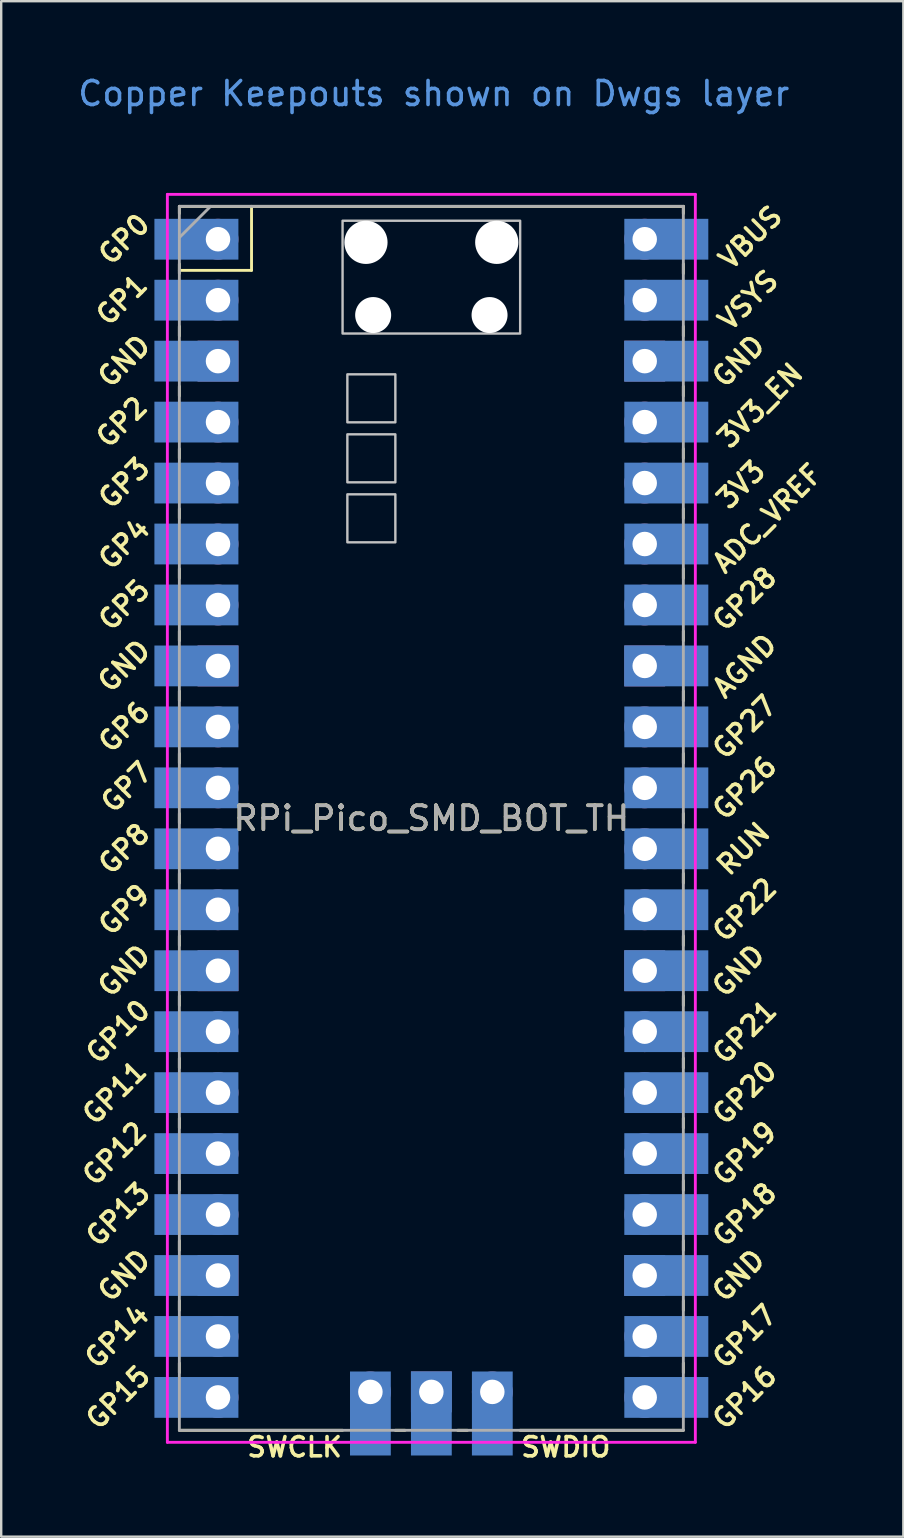
<source format=kicad_pcb>
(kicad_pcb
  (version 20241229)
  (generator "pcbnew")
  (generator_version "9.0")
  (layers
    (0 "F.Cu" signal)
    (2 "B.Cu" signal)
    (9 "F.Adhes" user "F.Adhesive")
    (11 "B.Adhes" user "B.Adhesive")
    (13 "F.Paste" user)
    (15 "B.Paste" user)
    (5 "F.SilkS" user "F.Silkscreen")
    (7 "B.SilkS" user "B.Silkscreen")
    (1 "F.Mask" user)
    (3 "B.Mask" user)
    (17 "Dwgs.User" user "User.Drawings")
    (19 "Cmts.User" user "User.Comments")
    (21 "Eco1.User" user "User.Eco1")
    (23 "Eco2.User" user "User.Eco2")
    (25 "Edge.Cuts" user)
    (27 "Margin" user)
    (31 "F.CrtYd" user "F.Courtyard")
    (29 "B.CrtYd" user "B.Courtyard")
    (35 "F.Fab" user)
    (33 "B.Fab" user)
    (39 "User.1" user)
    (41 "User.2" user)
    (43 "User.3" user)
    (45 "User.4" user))
  (footprint "RPi_Pico_SMD_BOT_TH"
    (layer "F.Cu")
    (at 14.924 31.048)
    (property "Reference" "RPi_Pico_SMD_BOT_TH" (at 0 0 0) (layer "F.SilkS") (effects (font (size 1 1) (thickness 0.15))))
    (attr through_hole)
    (fp_line (start -10.5 -25.5) (end -10.5 -25.2) (stroke (width 0.12) (type solid)) (layer "F.SilkS"))
    (fp_line (start -10.5 -25.5) (end 10.5 -25.5) (stroke (width 0.12) (type solid)) (layer "F.SilkS"))
    (fp_line (start -10.5 -23.1) (end -10.5 -22.7) (stroke (width 0.12) (type solid)) (layer "F.SilkS"))
    (fp_line (start -10.5 -22.833) (end -7.493 -22.833) (stroke (width 0.12) (type solid)) (layer "F.SilkS"))
    (fp_line (start -10.5 -20.5) (end -10.5 -20.1) (stroke (width 0.12) (type solid)) (layer "F.SilkS"))
    (fp_line (start -10.5 -18) (end -10.5 -17.6) (stroke (width 0.12) (type solid)) (layer "F.SilkS"))
    (fp_line (start -10.5 -15.4) (end -10.5 -15) (stroke (width 0.12) (type solid)) (layer "F.SilkS"))
    (fp_line (start -10.5 -12.9) (end -10.5 -12.5) (stroke (width 0.12) (type solid)) (layer "F.SilkS"))
    (fp_line (start -10.5 -10.4) (end -10.5 -10) (stroke (width 0.12) (type solid)) (layer "F.SilkS"))
    (fp_line (start -10.5 -7.8) (end -10.5 -7.4) (stroke (width 0.12) (type solid)) (layer "F.SilkS"))
    (fp_line (start -10.5 -5.3) (end -10.5 -4.9) (stroke (width 0.12) (type solid)) (layer "F.SilkS"))
    (fp_line (start -10.5 -2.7) (end -10.5 -2.3) (stroke (width 0.12) (type solid)) (layer "F.SilkS"))
    (fp_line (start -10.5 -0.2) (end -10.5 0.2) (stroke (width 0.12) (type solid)) (layer "F.SilkS"))
    (fp_line (start -10.5 2.3) (end -10.5 2.7) (stroke (width 0.12) (type solid)) (layer "F.SilkS"))
    (fp_line (start -10.5 4.9) (end -10.5 5.3) (stroke (width 0.12) (type solid)) (layer "F.SilkS"))
    (fp_line (start -10.5 7.4) (end -10.5 7.8) (stroke (width 0.12) (type solid)) (layer "F.SilkS"))
    (fp_line (start -10.5 10) (end -10.5 10.4) (stroke (width 0.12) (type solid)) (layer "F.SilkS"))
    (fp_line (start -10.5 12.5) (end -10.5 12.9) (stroke (width 0.12) (type solid)) (layer "F.SilkS"))
    (fp_line (start -10.5 15.1) (end -10.5 15.5) (stroke (width 0.12) (type solid)) (layer "F.SilkS"))
    (fp_line (start -10.5 17.6) (end -10.5 18) (stroke (width 0.12) (type solid)) (layer "F.SilkS"))
    (fp_line (start -10.5 20.1) (end -10.5 20.5) (stroke (width 0.12) (type solid)) (layer "F.SilkS"))
    (fp_line (start -10.5 22.7) (end -10.5 23.1) (stroke (width 0.12) (type solid)) (layer "F.SilkS"))
    (fp_line (start -7.493 -22.833) (end -7.493 -25.5) (stroke (width 0.12) (type solid)) (layer "F.SilkS"))
    (fp_line (start -3.7 25.5) (end -10.5 25.5) (stroke (width 0.12) (type solid)) (layer "F.SilkS"))
    (fp_line (start -1.5 25.5) (end -1.1 25.5) (stroke (width 0.12) (type solid)) (layer "F.SilkS"))
    (fp_line (start 1.1 25.5) (end 1.5 25.5) (stroke (width 0.12) (type solid)) (layer "F.SilkS"))
    (fp_line (start 10.5 -25.5) (end 10.5 -25.2) (stroke (width 0.12) (type solid)) (layer "F.SilkS"))
    (fp_line (start 10.5 -23.1) (end 10.5 -22.7) (stroke (width 0.12) (type solid)) (layer "F.SilkS"))
    (fp_line (start 10.5 -20.5) (end 10.5 -20.1) (stroke (width 0.12) (type solid)) (layer "F.SilkS"))
    (fp_line (start 10.5 -18) (end 10.5 -17.6) (stroke (width 0.12) (type solid)) (layer "F.SilkS"))
    (fp_line (start 10.5 -15.4) (end 10.5 -15) (stroke (width 0.12) (type solid)) (layer "F.SilkS"))
    (fp_line (start 10.5 -12.9) (end 10.5 -12.5) (stroke (width 0.12) (type solid)) (layer "F.SilkS"))
    (fp_line (start 10.5 -10.4) (end 10.5 -10) (stroke (width 0.12) (type solid)) (layer "F.SilkS"))
    (fp_line (start 10.5 -7.8) (end 10.5 -7.4) (stroke (width 0.12) (type solid)) (layer "F.SilkS"))
    (fp_line (start 10.5 -5.3) (end 10.5 -4.9) (stroke (width 0.12) (type solid)) (layer "F.SilkS"))
    (fp_line (start 10.5 -2.7) (end 10.5 -2.3) (stroke (width 0.12) (type solid)) (layer "F.SilkS"))
    (fp_line (start 10.5 -0.2) (end 10.5 0.2) (stroke (width 0.12) (type solid)) (layer "F.SilkS"))
    (fp_line (start 10.5 2.3) (end 10.5 2.7) (stroke (width 0.12) (type solid)) (layer "F.SilkS"))
    (fp_line (start 10.5 4.9) (end 10.5 5.3) (stroke (width 0.12) (type solid)) (layer "F.SilkS"))
    (fp_line (start 10.5 7.4) (end 10.5 7.8) (stroke (width 0.12) (type solid)) (layer "F.SilkS"))
    (fp_line (start 10.5 10) (end 10.5 10.4) (stroke (width 0.12) (type solid)) (layer "F.SilkS"))
    (fp_line (start 10.5 12.5) (end 10.5 12.9) (stroke (width 0.12) (type solid)) (layer "F.SilkS"))
    (fp_line (start 10.5 15.1) (end 10.5 15.5) (stroke (width 0.12) (type solid)) (layer "F.SilkS"))
    (fp_line (start 10.5 17.6) (end 10.5 18) (stroke (width 0.12) (type solid)) (layer "F.SilkS"))
    (fp_line (start 10.5 20.1) (end 10.5 20.5) (stroke (width 0.12) (type solid)) (layer "F.SilkS"))
    (fp_line (start 10.5 22.7) (end 10.5 23.1) (stroke (width 0.12) (type solid)) (layer "F.SilkS"))
    (fp_line (start 10.5 25.5) (end 3.7 25.5) (stroke (width 0.12) (type solid)) (layer "F.SilkS"))
    (fp_poly (pts (xy -1.5 -16.5) (xy -3.5 -16.5) (xy -3.5 -18.5) (xy -1.5 -18.5)) (stroke (width 0.1) (type solid)) (fill no) (layer "Dwgs.User"))
    (fp_poly (pts (xy -1.5 -14) (xy -3.5 -14) (xy -3.5 -16) (xy -1.5 -16)) (stroke (width 0.1) (type solid)) (fill no) (layer "Dwgs.User"))
    (fp_poly (pts (xy -1.5 -11.5) (xy -3.5 -11.5) (xy -3.5 -13.5) (xy -1.5 -13.5)) (stroke (width 0.1) (type solid)) (fill no) (layer "Dwgs.User"))
    (fp_poly (pts (xy 3.7 -20.2) (xy -3.7 -20.2) (xy -3.7 -24.9) (xy 3.7 -24.9)) (stroke (width 0.1) (type solid)) (fill no) (layer "Dwgs.User"))
    (fp_line (start -11 -26) (end 11 -26) (stroke (width 0.12) (type solid)) (layer "F.CrtYd"))
    (fp_line (start -11 26) (end -11 -26) (stroke (width 0.12) (type solid)) (layer "F.CrtYd"))
    (fp_line (start 11 -26) (end 11 26) (stroke (width 0.12) (type solid)) (layer "F.CrtYd"))
    (fp_line (start 11 26) (end -11 26) (stroke (width 0.12) (type solid)) (layer "F.CrtYd"))
    (fp_line (start -10.5 -25.5) (end 10.5 -25.5) (stroke (width 0.12) (type solid)) (layer "F.Fab"))
    (fp_line (start -10.5 -24.2) (end -9.2 -25.5) (stroke (width 0.12) (type solid)) (layer "F.Fab"))
    (fp_line (start -10.5 25.5) (end -10.5 -25.5) (stroke (width 0.12) (type solid)) (layer "F.Fab"))
    (fp_line (start 10.5 -25.5) (end 10.5 25.5) (stroke (width 0.12) (type solid)) (layer "F.Fab"))
    (fp_line (start 10.5 25.5) (end -10.5 25.5) (stroke (width 0.12) (type solid)) (layer "F.Fab"))
    (fp_text user "GP15" (at -13.054 24.13 45) (layer "F.SilkS") (effects (font (size 0.8 0.8) (thickness 0.15))))
    (fp_text user "GP4" (at -12.8 -11.43 45) (layer "F.SilkS") (effects (font (size 0.8 0.8) (thickness 0.15))))
    (fp_text user "GND" (at 12.8 6.35 45) (layer "F.SilkS") (effects (font (size 0.8 0.8) (thickness 0.15))))
    (fp_text user "ADC_VREF" (at 14 -12.5 45) (layer "F.SilkS") (effects (font (size 0.8 0.8) (thickness 0.15))))
    (fp_text user "GP12" (at -13.2 13.97 45) (layer "F.SilkS") (effects (font (size 0.8 0.8) (thickness 0.15))))
    (fp_text user "GP14" (at -13.1 21.59 45) (layer "F.SilkS") (effects (font (size 0.8 0.8) (thickness 0.15))))
    (fp_text user "GND" (at 12.8 19.05 45) (layer "F.SilkS") (effects (font (size 0.8 0.8) (thickness 0.15))))
    (fp_text user "GP18" (at 13.054 16.51 45) (layer "F.SilkS") (effects (font (size 0.8 0.8) (thickness 0.15))))
    (fp_text user "GP7" (at -12.7 -1.3 45) (layer "F.SilkS") (effects (font (size 0.8 0.8) (thickness 0.15))))
    (fp_text user "GP16" (at 13.054 24.13 45) (layer "F.SilkS") (effects (font (size 0.8 0.8) (thickness 0.15))))
    (fp_text user "AGND" (at 13.054 -6.35 45) (layer "F.SilkS") (effects (font (size 0.8 0.8) (thickness 0.15))))
    (fp_text user "SWDIO" (at 5.6 26.2 0) (layer "F.SilkS") (effects (font (size 0.8 0.8) (thickness 0.15))))
    (fp_text user "GND" (at -12.8 -6.35 45) (layer "F.SilkS") (effects (font (size 0.8 0.8) (thickness 0.15))))
    (fp_text user "GND" (at -12.8 19.05 45) (layer "F.SilkS") (effects (font (size 0.8 0.8) (thickness 0.15))))
    (fp_text user "RUN" (at 13 1.27 45) (layer "F.SilkS") (effects (font (size 0.8 0.8) (thickness 0.15))))
    (fp_text user "GP6" (at -12.8 -3.81 45) (layer "F.SilkS") (effects (font (size 0.8 0.8) (thickness 0.15))))
    (fp_text user "GP27" (at 13.054 -3.8 45) (layer "F.SilkS") (effects (font (size 0.8 0.8) (thickness 0.15))))
    (fp_text user "GP9" (at -12.8 3.81 45) (layer "F.SilkS") (effects (font (size 0.8 0.8) (thickness 0.15))))
    (fp_text user "GP11" (at -13.2 11.43 45) (layer "F.SilkS") (effects (font (size 0.8 0.8) (thickness 0.15))))
    (fp_text user "GP22" (at 13.054 3.81 45) (layer "F.SilkS") (effects (font (size 0.8 0.8) (thickness 0.15))))
    (fp_text user "GP0" (at -12.8 -24.13 45) (layer "F.SilkS") (effects (font (size 0.8 0.8) (thickness 0.15))))
    (fp_text user "GND" (at -12.8 -19.05 45) (layer "F.SilkS") (effects (font (size 0.8 0.8) (thickness 0.15))))
    (fp_text user "GP8" (at -12.8 1.27 45) (layer "F.SilkS") (effects (font (size 0.8 0.8) (thickness 0.15))))
    (fp_text user "GP26" (at 13.054 -1.27 45) (layer "F.SilkS") (effects (font (size 0.8 0.8) (thickness 0.15))))
    (fp_text user "SWCLK" (at -5.7 26.2 0) (layer "F.SilkS") (effects (font (size 0.8 0.8) (thickness 0.15))))
    (fp_text user "GP21" (at 13.054 8.9 45) (layer "F.SilkS") (effects (font (size 0.8 0.8) (thickness 0.15))))
    (fp_text user "GP20" (at 13.054 11.43 45) (layer "F.SilkS") (effects (font (size 0.8 0.8) (thickness 0.15))))
    (fp_text user "VSYS" (at 13.2 -21.59 45) (layer "F.SilkS") (effects (font (size 0.8 0.8) (thickness 0.15))))
    (fp_text user "3V3_EN" (at 13.7 -17.2 45) (layer "F.SilkS") (effects (font (size 0.8 0.8) (thickness 0.15))))
    (fp_text user "GP5" (at -12.8 -8.89 45) (layer "F.SilkS") (effects (font (size 0.8 0.8) (thickness 0.15))))
    (fp_text user "GP3" (at -12.8 -13.97 45) (layer "F.SilkS") (effects (font (size 0.8 0.8) (thickness 0.15))))
    (fp_text user "GND" (at -12.8 6.35 45) (layer "F.SilkS") (effects (font (size 0.8 0.8) (thickness 0.15))))
    (fp_text user "GP2" (at -12.9 -16.51 45) (layer "F.SilkS") (effects (font (size 0.8 0.8) (thickness 0.15))))
    (fp_text user "GND" (at 12.8 -19.05 45) (layer "F.SilkS") (effects (font (size 0.8 0.8) (thickness 0.15))))
    (fp_text user "GP1" (at -12.9 -21.6 45) (layer "F.SilkS") (effects (font (size 0.8 0.8) (thickness 0.15))))
    (fp_text user "GP13" (at -13.054 16.51 45) (layer "F.SilkS") (effects (font (size 0.8 0.8) (thickness 0.15))))
    (fp_text user "GP10" (at -13.054 8.89 45) (layer "F.SilkS") (effects (font (size 0.8 0.8) (thickness 0.15))))
    (fp_text user "3V3" (at 12.9 -13.9 45) (layer "F.SilkS") (effects (font (size 0.8 0.8) (thickness 0.15))))
    (fp_text user "VBUS" (at 13.3 -24.2 45) (layer "F.SilkS") (effects (font (size 0.8 0.8) (thickness 0.15))))
    (fp_text user "GP28" (at 13.054 -9.144 45) (layer "F.SilkS") (effects (font (size 0.8 0.8) (thickness 0.15))))
    (fp_text user "GP17" (at 13.054 21.59 45) (layer "F.SilkS") (effects (font (size 0.8 0.8) (thickness 0.15))))
    (fp_text user "GP19" (at 13.054 13.97 45) (layer "F.SilkS") (effects (font (size 0.8 0.8) (thickness 0.15))))
    (fp_text user "Copper Keepouts shown on Dwgs layer" (at 0.1 -30.2 0) (layer "Cmts.User") (effects (font (size 1 1) (thickness 0.15))))
    (fp_text user "${REFERENCE}" (at 0 0 180) (layer "F.Fab") (effects (font (size 1 1) (thickness 0.15))))
    (pad "" np_thru_hole oval (at -2.725 -24) (size 1.8 1.8) (drill 1.8) (layers "*.Cu" "*.Mask"))
    (pad "" np_thru_hole oval (at -2.425 -20.97) (size 1.5 1.5) (drill 1.5) (layers "*.Cu" "*.Mask"))
    (pad "" np_thru_hole oval (at 2.425 -20.97) (size 1.5 1.5) (drill 1.5) (layers "*.Cu" "*.Mask"))
    (pad "" np_thru_hole oval (at 2.725 -24) (size 1.8 1.8) (drill 1.8) (layers "*.Cu" "*.Mask"))
    (pad "1" thru_hole oval (at -8.89 -24.13) (size 1.7 1.7) (drill 1.02) (layers "*.Cu" "*.Mask"))
    (pad "1" smd rect (at -8.89 -24.13) (size 3.5 1.7) (drill (offset -0.9 0)) (layers "B.Cu" "B.Mask"))
    (pad "2" thru_hole oval (at -8.89 -21.59) (size 1.7 1.7) (drill 1.02) (layers "*.Cu" "*.Mask"))
    (pad "2" smd rect (at -8.89 -21.59) (size 3.5 1.7) (drill (offset -0.9 0)) (layers "B.Cu" "B.Mask"))
    (pad "3" thru_hole rect (at -8.89 -19.05) (size 1.7 1.7) (drill 1.02) (layers "*.Cu" "*.Mask"))
    (pad "3" smd rect (at -8.89 -19.05) (size 3.5 1.7) (drill (offset -0.9 0)) (layers "B.Cu" "B.Mask"))
    (pad "4" thru_hole oval (at -8.89 -16.51) (size 1.7 1.7) (drill 1.02) (layers "*.Cu" "*.Mask"))
    (pad "4" smd rect (at -8.89 -16.51) (size 3.5 1.7) (drill (offset -0.9 0)) (layers "B.Cu" "B.Mask"))
    (pad "5" thru_hole oval (at -8.89 -13.97) (size 1.7 1.7) (drill 1.02) (layers "*.Cu" "*.Mask"))
    (pad "5" smd rect (at -8.89 -13.97) (size 3.5 1.7) (drill (offset -0.9 0)) (layers "B.Cu" "B.Mask"))
    (pad "6" thru_hole oval (at -8.89 -11.43) (size 1.7 1.7) (drill 1.02) (layers "*.Cu" "*.Mask"))
    (pad "6" smd rect (at -8.89 -11.43) (size 3.5 1.7) (drill (offset -0.9 0)) (layers "B.Cu" "B.Mask"))
    (pad "7" thru_hole oval (at -8.89 -8.89) (size 1.7 1.7) (drill 1.02) (layers "*.Cu" "*.Mask"))
    (pad "7" smd rect (at -8.89 -8.89) (size 3.5 1.7) (drill (offset -0.9 0)) (layers "B.Cu" "B.Mask"))
    (pad "8" thru_hole rect (at -8.89 -6.35) (size 1.7 1.7) (drill 1.02) (layers "*.Cu" "*.Mask"))
    (pad "8" smd rect (at -8.89 -6.35) (size 3.5 1.7) (drill (offset -0.9 0)) (layers "B.Cu" "B.Mask"))
    (pad "9" thru_hole oval (at -8.89 -3.81) (size 1.7 1.7) (drill 1.02) (layers "*.Cu" "*.Mask"))
    (pad "9" smd rect (at -8.89 -3.81) (size 3.5 1.7) (drill (offset -0.9 0)) (layers "B.Cu" "B.Mask"))
    (pad "10" thru_hole oval (at -8.89 -1.27) (size 1.7 1.7) (drill 1.02) (layers "*.Cu" "*.Mask"))
    (pad "10" smd rect (at -8.89 -1.27) (size 3.5 1.7) (drill (offset -0.9 0)) (layers "B.Cu" "B.Mask"))
    (pad "11" thru_hole oval (at -8.89 1.27) (size 1.7 1.7) (drill 1.02) (layers "*.Cu" "*.Mask"))
    (pad "11" smd rect (at -8.89 1.27) (size 3.5 1.7) (drill (offset -0.9 0)) (layers "B.Cu" "B.Mask"))
    (pad "12" thru_hole oval (at -8.89 3.81) (size 1.7 1.7) (drill 1.02) (layers "*.Cu" "*.Mask"))
    (pad "12" smd rect (at -8.89 3.81) (size 3.5 1.7) (drill (offset -0.9 0)) (layers "B.Cu" "B.Mask"))
    (pad "13" thru_hole rect (at -8.89 6.35) (size 1.7 1.7) (drill 1.02) (layers "*.Cu" "*.Mask"))
    (pad "13" smd rect (at -8.89 6.35) (size 3.5 1.7) (drill (offset -0.9 0)) (layers "B.Cu" "B.Mask"))
    (pad "14" thru_hole oval (at -8.89 8.89) (size 1.7 1.7) (drill 1.02) (layers "*.Cu" "*.Mask"))
    (pad "14" smd rect (at -8.89 8.89) (size 3.5 1.7) (drill (offset -0.9 0)) (layers "B.Cu" "B.Mask"))
    (pad "15" thru_hole oval (at -8.89 11.43) (size 1.7 1.7) (drill 1.02) (layers "*.Cu" "*.Mask"))
    (pad "15" smd rect (at -8.89 11.43) (size 3.5 1.7) (drill (offset -0.9 0)) (layers "B.Cu" "B.Mask"))
    (pad "16" thru_hole oval (at -8.89 13.97) (size 1.7 1.7) (drill 1.02) (layers "*.Cu" "*.Mask"))
    (pad "16" smd rect (at -8.89 13.97) (size 3.5 1.7) (drill (offset -0.9 0)) (layers "B.Cu" "B.Mask"))
    (pad "17" thru_hole oval (at -8.89 16.51) (size 1.7 1.7) (drill 1.02) (layers "*.Cu" "*.Mask"))
    (pad "17" smd rect (at -8.89 16.51) (size 3.5 1.7) (drill (offset -0.9 0)) (layers "B.Cu" "B.Mask"))
    (pad "18" thru_hole rect (at -8.89 19.05) (size 1.7 1.7) (drill 1.02) (layers "*.Cu" "*.Mask"))
    (pad "18" smd rect (at -8.89 19.05) (size 3.5 1.7) (drill (offset -0.9 0)) (layers "B.Cu" "B.Mask"))
    (pad "19" thru_hole oval (at -8.89 21.59) (size 1.7 1.7) (drill 1.02) (layers "*.Cu" "*.Mask"))
    (pad "19" smd rect (at -8.89 21.59) (size 3.5 1.7) (drill (offset -0.9 0)) (layers "B.Cu" "B.Mask"))
    (pad "20" thru_hole oval (at -8.89 24.13) (size 1.7 1.7) (drill 1.02) (layers "*.Cu" "*.Mask"))
    (pad "20" smd rect (at -8.89 24.13) (size 3.5 1.7) (drill (offset -0.9 0)) (layers "B.Cu" "B.Mask"))
    (pad "21" thru_hole oval (at 8.89 24.13) (size 1.7 1.7) (drill 1.02) (layers "*.Cu" "*.Mask"))
    (pad "21" smd rect (at 8.89 24.13) (size 3.5 1.7) (drill (offset 0.9 0)) (layers "B.Cu" "B.Mask"))
    (pad "22" thru_hole oval (at 8.89 21.59) (size 1.7 1.7) (drill 1.02) (layers "*.Cu" "*.Mask"))
    (pad "22" smd rect (at 8.89 21.59) (size 3.5 1.7) (drill (offset 0.9 0)) (layers "B.Cu" "B.Mask"))
    (pad "23" thru_hole rect (at 8.89 19.05) (size 1.7 1.7) (drill 1.02) (layers "*.Cu" "*.Mask"))
    (pad "23" smd rect (at 8.89 19.05) (size 3.5 1.7) (drill (offset 0.9 0)) (layers "B.Cu" "B.Mask"))
    (pad "24" thru_hole oval (at 8.89 16.51) (size 1.7 1.7) (drill 1.02) (layers "*.Cu" "*.Mask"))
    (pad "24" smd rect (at 8.89 16.51) (size 3.5 1.7) (drill (offset 0.9 0)) (layers "B.Cu" "B.Mask"))
    (pad "25" thru_hole oval (at 8.89 13.97) (size 1.7 1.7) (drill 1.02) (layers "*.Cu" "*.Mask"))
    (pad "25" smd rect (at 8.89 13.97) (size 3.5 1.7) (drill (offset 0.9 0)) (layers "B.Cu" "B.Mask"))
    (pad "26" thru_hole oval (at 8.89 11.43) (size 1.7 1.7) (drill 1.02) (layers "*.Cu" "*.Mask"))
    (pad "26" smd rect (at 8.89 11.43) (size 3.5 1.7) (drill (offset 0.9 0)) (layers "B.Cu" "B.Mask"))
    (pad "27" thru_hole oval (at 8.89 8.89) (size 1.7 1.7) (drill 1.02) (layers "*.Cu" "*.Mask"))
    (pad "27" smd rect (at 8.89 8.89) (size 3.5 1.7) (drill (offset 0.9 0)) (layers "B.Cu" "B.Mask"))
    (pad "28" thru_hole rect (at 8.89 6.35) (size 1.7 1.7) (drill 1.02) (layers "*.Cu" "*.Mask"))
    (pad "28" smd rect (at 8.89 6.35) (size 3.5 1.7) (drill (offset 0.9 0)) (layers "B.Cu" "B.Mask"))
    (pad "29" thru_hole oval (at 8.89 3.81) (size 1.7 1.7) (drill 1.02) (layers "*.Cu" "*.Mask"))
    (pad "29" smd rect (at 8.89 3.81) (size 3.5 1.7) (drill (offset 0.9 0)) (layers "B.Cu" "B.Mask"))
    (pad "30" thru_hole oval (at 8.89 1.27) (size 1.7 1.7) (drill 1.02) (layers "*.Cu" "*.Mask"))
    (pad "30" smd rect (at 8.89 1.27) (size 3.5 1.7) (drill (offset 0.9 0)) (layers "B.Cu" "B.Mask"))
    (pad "31" thru_hole oval (at 8.89 -1.27) (size 1.7 1.7) (drill 1.02) (layers "*.Cu" "*.Mask"))
    (pad "31" smd rect (at 8.89 -1.27) (size 3.5 1.7) (drill (offset 0.9 0)) (layers "B.Cu" "B.Mask"))
    (pad "32" thru_hole oval (at 8.89 -3.81) (size 1.7 1.7) (drill 1.02) (layers "*.Cu" "*.Mask"))
    (pad "32" smd rect (at 8.89 -3.81) (size 3.5 1.7) (drill (offset 0.9 0)) (layers "B.Cu" "B.Mask"))
    (pad "33" thru_hole rect (at 8.89 -6.35) (size 1.7 1.7) (drill 1.02) (layers "*.Cu" "*.Mask"))
    (pad "33" smd rect (at 8.89 -6.35) (size 3.5 1.7) (drill (offset 0.9 0)) (layers "B.Cu" "B.Mask"))
    (pad "34" thru_hole oval (at 8.89 -8.89) (size 1.7 1.7) (drill 1.02) (layers "*.Cu" "*.Mask"))
    (pad "34" smd rect (at 8.89 -8.89) (size 3.5 1.7) (drill (offset 0.9 0)) (layers "B.Cu" "B.Mask"))
    (pad "35" thru_hole oval (at 8.89 -11.43) (size 1.7 1.7) (drill 1.02) (layers "*.Cu" "*.Mask"))
    (pad "35" smd rect (at 8.89 -11.43) (size 3.5 1.7) (drill (offset 0.9 0)) (layers "B.Cu" "B.Mask"))
    (pad "36" thru_hole oval (at 8.89 -13.97) (size 1.7 1.7) (drill 1.02) (layers "*.Cu" "*.Mask"))
    (pad "36" smd rect (at 8.89 -13.97) (size 3.5 1.7) (drill (offset 0.9 0)) (layers "B.Cu" "B.Mask"))
    (pad "37" thru_hole oval (at 8.89 -16.51) (size 1.7 1.7) (drill 1.02) (layers "*.Cu" "*.Mask"))
    (pad "37" smd rect (at 8.89 -16.51) (size 3.5 1.7) (drill (offset 0.9 0)) (layers "B.Cu" "B.Mask"))
    (pad "38" thru_hole rect (at 8.89 -19.05) (size 1.7 1.7) (drill 1.02) (layers "*.Cu" "*.Mask"))
    (pad "38" smd rect (at 8.89 -19.05) (size 3.5 1.7) (drill (offset 0.9 0)) (layers "B.Cu" "B.Mask"))
    (pad "39" thru_hole oval (at 8.89 -21.59) (size 1.7 1.7) (drill 1.02) (layers "*.Cu" "*.Mask"))
    (pad "39" smd rect (at 8.89 -21.59) (size 3.5 1.7) (drill (offset 0.9 0)) (layers "B.Cu" "B.Mask"))
    (pad "40" thru_hole oval (at 8.89 -24.13) (size 1.7 1.7) (drill 1.02) (layers "*.Cu" "*.Mask"))
    (pad "40" smd rect (at 8.89 -24.13) (size 3.5 1.7) (drill (offset 0.9 0)) (layers "B.Cu" "B.Mask"))
    (pad "41" thru_hole oval (at -2.54 23.9) (size 1.7 1.7) (drill 1.02) (layers "*.Cu" "*.Mask"))
    (pad "41" smd rect (at -2.54 23.9 90) (size 3.5 1.7) (drill (offset -0.9 0)) (layers "B.Cu" "B.Mask"))
    (pad "42" thru_hole rect (at 0 23.9) (size 1.7 1.7) (drill 1.02) (layers "*.Cu" "*.Mask"))
    (pad "42" smd rect (at 0 23.9 90) (size 3.5 1.7) (drill (offset -0.9 0)) (layers "B.Cu" "B.Mask"))
    (pad "43" thru_hole oval (at 2.54 23.9) (size 1.7 1.7) (drill 1.02) (layers "*.Cu" "*.Mask"))
    (pad "43" smd rect (at 2.54 23.9 90) (size 3.5 1.7) (drill (offset -0.9 0)) (layers "B.Cu" "B.Mask")))
  (gr_rect
    (start -3 -3)
    (end 34.591 60.98)
    (stroke (width 0.1) (type default))
    (fill no)
    (layer "Edge.Cuts")))
</source>
